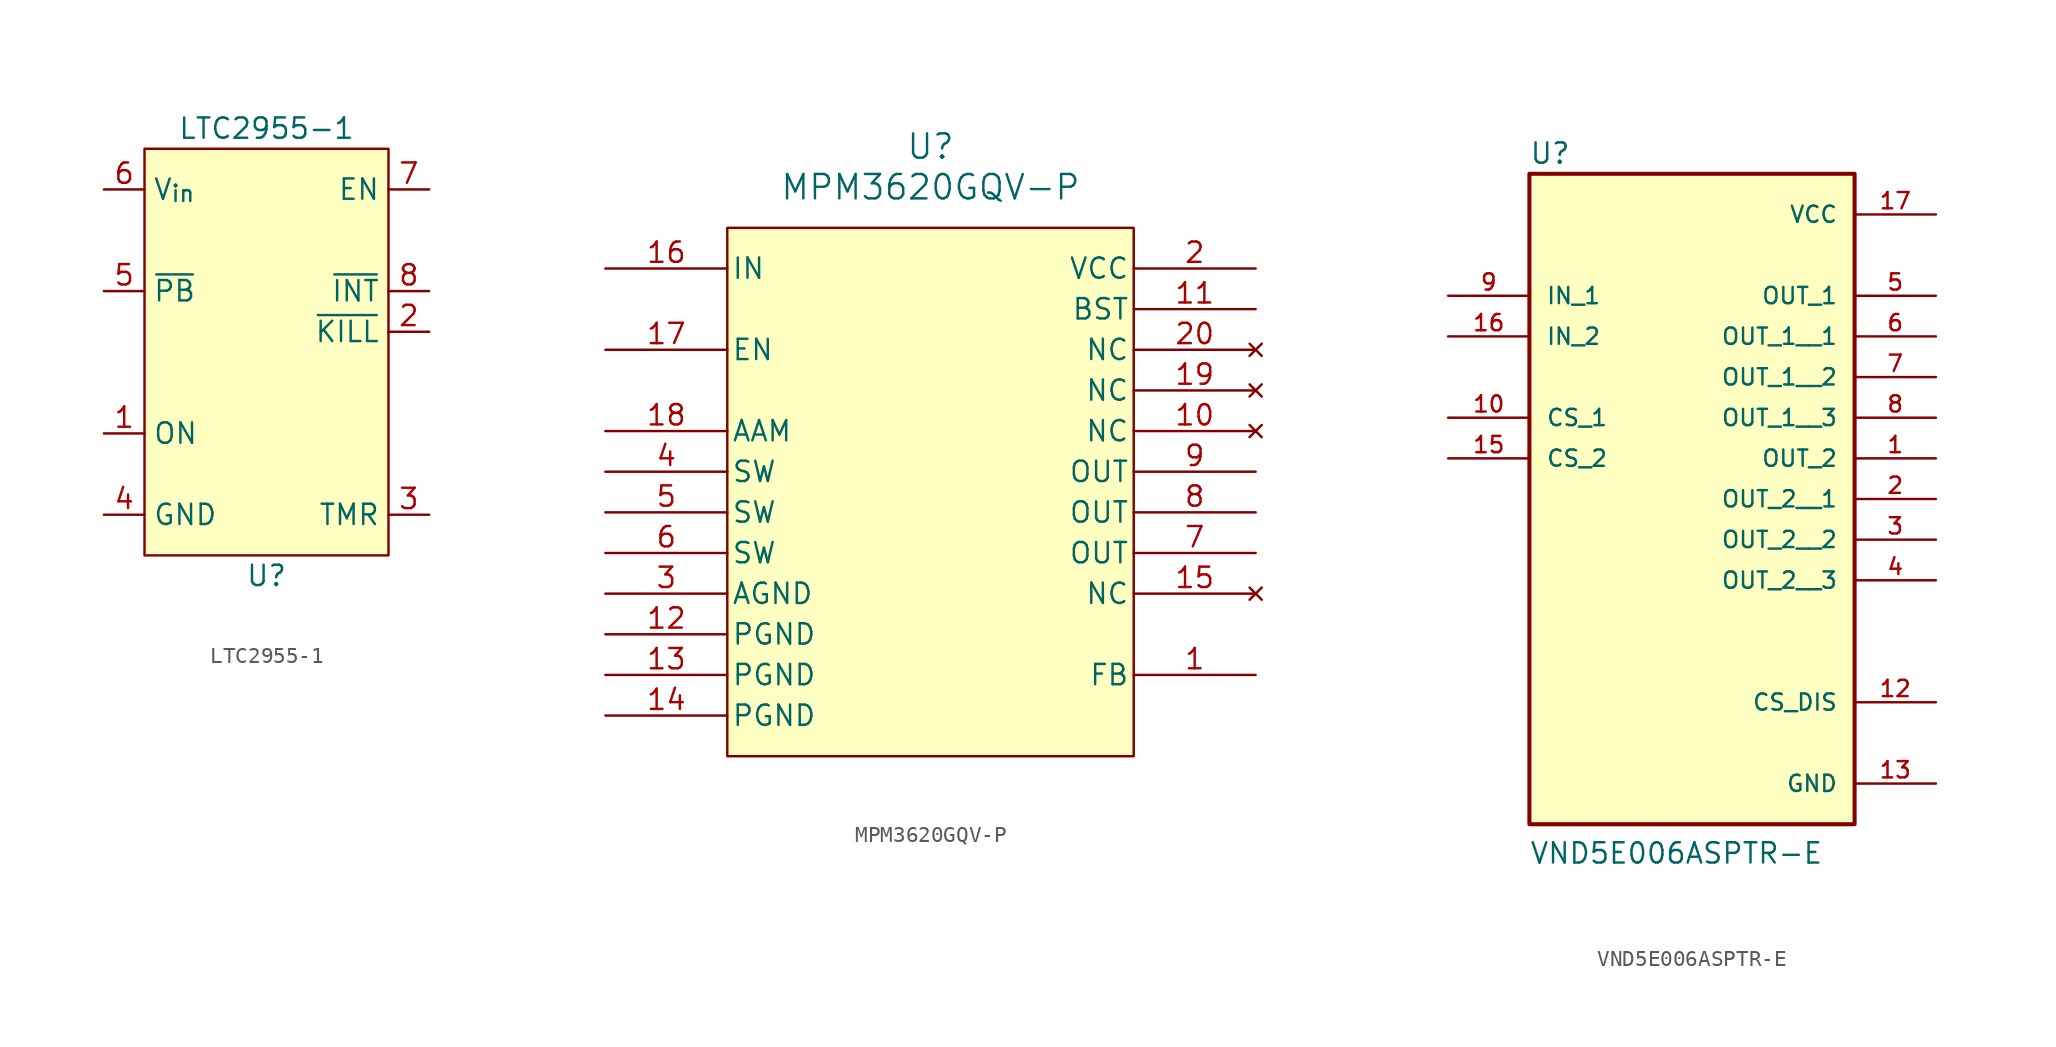
<source format=kicad_sym>
(kicad_symbol_lib
  (version 20231120)
  (generator "kicad_symbol_editor")
  (generator_version "8.0")
  (symbol "LTC2955-1"
    (property "Reference" "U"
      (at 0 -13.97 0)
      (effects (font (size 1.27 1.27))))
    (property "Value" "LTC2955-1"
      (at 0 13.97 0)
      (effects (font (size 1.27 1.27))))
    (symbol "LTC2955-1_1_1"
      (rectangle (start -7.62 12.7) (end 7.62 -12.7) (stroke (width 0) (type default)) (fill (type background)))
      (pin input line (at -10.16 -5.08 0) (length 2.54) (name "ON" (effects (font (size 1.27 1.27)))) (number "1" (effects (font (size 1.27 1.27)))))
      (pin input line (at 10.16 1.27 180) (length 2.54) (name "~{KILL}" (effects (font (size 1.27 1.27)))) (number "2" (effects (font (size 1.27 1.27)))))
      (pin bidirectional line (at 10.16 -10.16 180) (length 2.54) (name "TMR" (effects (font (size 1.27 1.27)))) (number "3" (effects (font (size 1.27 1.27)))))
      (pin power_in line (at -10.16 -10.16 0) (length 2.54) (name "GND" (effects (font (size 1.27 1.27)))) (number "4" (effects (font (size 1.27 1.27)))))
      (pin input line (at -10.16 3.81 0) (length 2.54) (name "~{PB}" (effects (font (size 1.27 1.27)))) (number "5" (effects (font (size 1.27 1.27)))))
      (pin power_in line (at -10.16 10.16 0) (length 2.54) (name "V_{in}" (effects (font (size 1.27 1.27)))) (number "6" (effects (font (size 1.27 1.27)))))
      (pin power_out line (at 10.16 10.16 180) (length 2.54) (name "EN" (effects (font (size 1.27 1.27)))) (number "7" (effects (font (size 1.27 1.27)))))
      (pin output line (at 10.16 3.81 180) (length 2.54) (name "~{INT}" (effects (font (size 1.27 1.27)))) (number "8" (effects (font (size 1.27 1.27)))))))
  (symbol "MPM3620GQV-P"
    (pin_names
      (offset 0.254))
    (property "Reference" "U"
      (at 20.32 10.16 0)
      (effects (font (size 1.524 1.524))))
    (property "Value" "MPM3620GQV-P"
      (at 20.32 7.62 0)
      (effects (font (size 1.524 1.524))))
    (symbol "MPM3620GQV-P_1_1"
      (rectangle (start 7.62 5.08) (end 33.02 -27.94) (stroke (width 0) (type default)) (fill (type background)))
      (pin unspecified line (at 40.64 -22.86 180) (length 7.62) (name "FB" (effects (font (size 1.27 1.27)))) (number "1" (effects (font (size 1.27 1.27)))))
      (pin no_connect line (at 40.64 -7.62 180) (length 7.62) (name "NC" (effects (font (size 1.27 1.27)))) (number "10" (effects (font (size 1.27 1.27)))))
      (pin unspecified line (at 40.64 0 180) (length 7.62) (name "BST" (effects (font (size 1.27 1.27)))) (number "11" (effects (font (size 1.27 1.27)))))
      (pin power_out line (at 0 -20.32 0) (length 7.62) (name "PGND" (effects (font (size 1.27 1.27)))) (number "12" (effects (font (size 1.27 1.27)))))
      (pin power_out line (at 0 -22.86 0) (length 7.62) (name "PGND" (effects (font (size 1.27 1.27)))) (number "13" (effects (font (size 1.27 1.27)))))
      (pin power_out line (at 0 -25.4 0) (length 7.62) (name "PGND" (effects (font (size 1.27 1.27)))) (number "14" (effects (font (size 1.27 1.27)))))
      (pin no_connect line (at 40.64 -17.78 180) (length 7.62) (name "NC" (effects (font (size 1.27 1.27)))) (number "15" (effects (font (size 1.27 1.27)))))
      (pin power_in line (at 0 2.54 0) (length 7.62) (name "IN" (effects (font (size 1.27 1.27)))) (number "16" (effects (font (size 1.27 1.27)))))
      (pin unspecified line (at 0 -2.54 0) (length 7.62) (name "EN" (effects (font (size 1.27 1.27)))) (number "17" (effects (font (size 1.27 1.27)))))
      (pin unspecified line (at 0 -7.62 0) (length 7.62) (name "AAM" (effects (font (size 1.27 1.27)))) (number "18" (effects (font (size 1.27 1.27)))))
      (pin no_connect line (at 40.64 -5.08 180) (length 7.62) (name "NC" (effects (font (size 1.27 1.27)))) (number "19" (effects (font (size 1.27 1.27)))))
      (pin power_in line (at 40.64 2.54 180) (length 7.62) (name "VCC" (effects (font (size 1.27 1.27)))) (number "2" (effects (font (size 1.27 1.27)))))
      (pin no_connect line (at 40.64 -2.54 180) (length 7.62) (name "NC" (effects (font (size 1.27 1.27)))) (number "20" (effects (font (size 1.27 1.27)))))
      (pin power_out line (at 0 -17.78 0) (length 7.62) (name "AGND" (effects (font (size 1.27 1.27)))) (number "3" (effects (font (size 1.27 1.27)))))
      (pin output line (at 0 -10.16 0) (length 7.62) (name "SW" (effects (font (size 1.27 1.27)))) (number "4" (effects (font (size 1.27 1.27)))))
      (pin output line (at 0 -12.7 0) (length 7.62) (name "SW" (effects (font (size 1.27 1.27)))) (number "5" (effects (font (size 1.27 1.27)))))
      (pin output line (at 0 -15.24 0) (length 7.62) (name "SW" (effects (font (size 1.27 1.27)))) (number "6" (effects (font (size 1.27 1.27)))))
      (pin output line (at 40.64 -15.24 180) (length 7.62) (name "OUT" (effects (font (size 1.27 1.27)))) (number "7" (effects (font (size 1.27 1.27)))))
      (pin output line (at 40.64 -12.7 180) (length 7.62) (name "OUT" (effects (font (size 1.27 1.27)))) (number "8" (effects (font (size 1.27 1.27)))))
      (pin output line (at 40.64 -10.16 180) (length 7.62) (name "OUT" (effects (font (size 1.27 1.27)))) (number "9" (effects (font (size 1.27 1.27)))))))
  (symbol "VND5E006ASPTR-E"
    (pin_names
      (offset 1.016))
    (property "Reference" "U"
      (at -10.178 13.231 0)
      (effects (font (size 1.27 1.27)) (justify left bottom)))
    (property "Value" "VND5E006ASPTR-E"
      (at -10.173 -30.499 0)
      (effects (font (size 1.27 1.27)) (justify left bottom)))
    (symbol "VND5E006ASPTR-E_0_0"
      (rectangle (start -10.16 12.7) (end 10.16 -27.94) (stroke (width 0.254) (type default)) (fill (type background)))
      (pin output line (at 15.24 -5.08 180) (length 5.08) (name "OUT_2" (effects (font (size 1.016 1.016)))) (number "1" (effects (font (size 1.016 1.016)))))
      (pin input line (at -15.24 -2.54 0) (length 5.08) (name "CS_1" (effects (font (size 1.016 1.016)))) (number "10" (effects (font (size 1.016 1.016)))))
      (pin output line (at 15.24 -20.32 180) (length 5.08) (name "CS_DIS" (effects (font (size 1.016 1.016)))) (number "12" (effects (font (size 1.016 1.016)))))
      (pin power_in line (at 15.24 -25.4 180) (length 5.08) (name "GND" (effects (font (size 1.016 1.016)))) (number "13" (effects (font (size 1.016 1.016)))))
      (pin input line (at -15.24 -5.08 0) (length 5.08) (name "CS_2" (effects (font (size 1.016 1.016)))) (number "15" (effects (font (size 1.016 1.016)))))
      (pin input line (at -15.24 2.54 0) (length 5.08) (name "IN_2" (effects (font (size 1.016 1.016)))) (number "16" (effects (font (size 1.016 1.016)))))
      (pin power_in line (at 15.24 10.16 180) (length 5.08) (name "VCC" (effects (font (size 1.016 1.016)))) (number "17" (effects (font (size 1.016 1.016)))))
      (pin output line (at 15.24 -7.62 180) (length 5.08) (name "OUT_2__1" (effects (font (size 1.016 1.016)))) (number "2" (effects (font (size 1.016 1.016)))))
      (pin output line (at 15.24 -10.16 180) (length 5.08) (name "OUT_2__2" (effects (font (size 1.016 1.016)))) (number "3" (effects (font (size 1.016 1.016)))))
      (pin output line (at 15.24 -12.7 180) (length 5.08) (name "OUT_2__3" (effects (font (size 1.016 1.016)))) (number "4" (effects (font (size 1.016 1.016)))))
      (pin output line (at 15.24 5.08 180) (length 5.08) (name "OUT_1" (effects (font (size 1.016 1.016)))) (number "5" (effects (font (size 1.016 1.016)))))
      (pin output line (at 15.24 2.54 180) (length 5.08) (name "OUT_1__1" (effects (font (size 1.016 1.016)))) (number "6" (effects (font (size 1.016 1.016)))))
      (pin output line (at 15.24 0 180) (length 5.08) (name "OUT_1__2" (effects (font (size 1.016 1.016)))) (number "7" (effects (font (size 1.016 1.016)))))
      (pin output line (at 15.24 -2.54 180) (length 5.08) (name "OUT_1__3" (effects (font (size 1.016 1.016)))) (number "8" (effects (font (size 1.016 1.016)))))
      (pin input line (at -15.24 5.08 0) (length 5.08) (name "IN_1" (effects (font (size 1.016 1.016)))) (number "9" (effects (font (size 1.016 1.016))))))))
</source>
